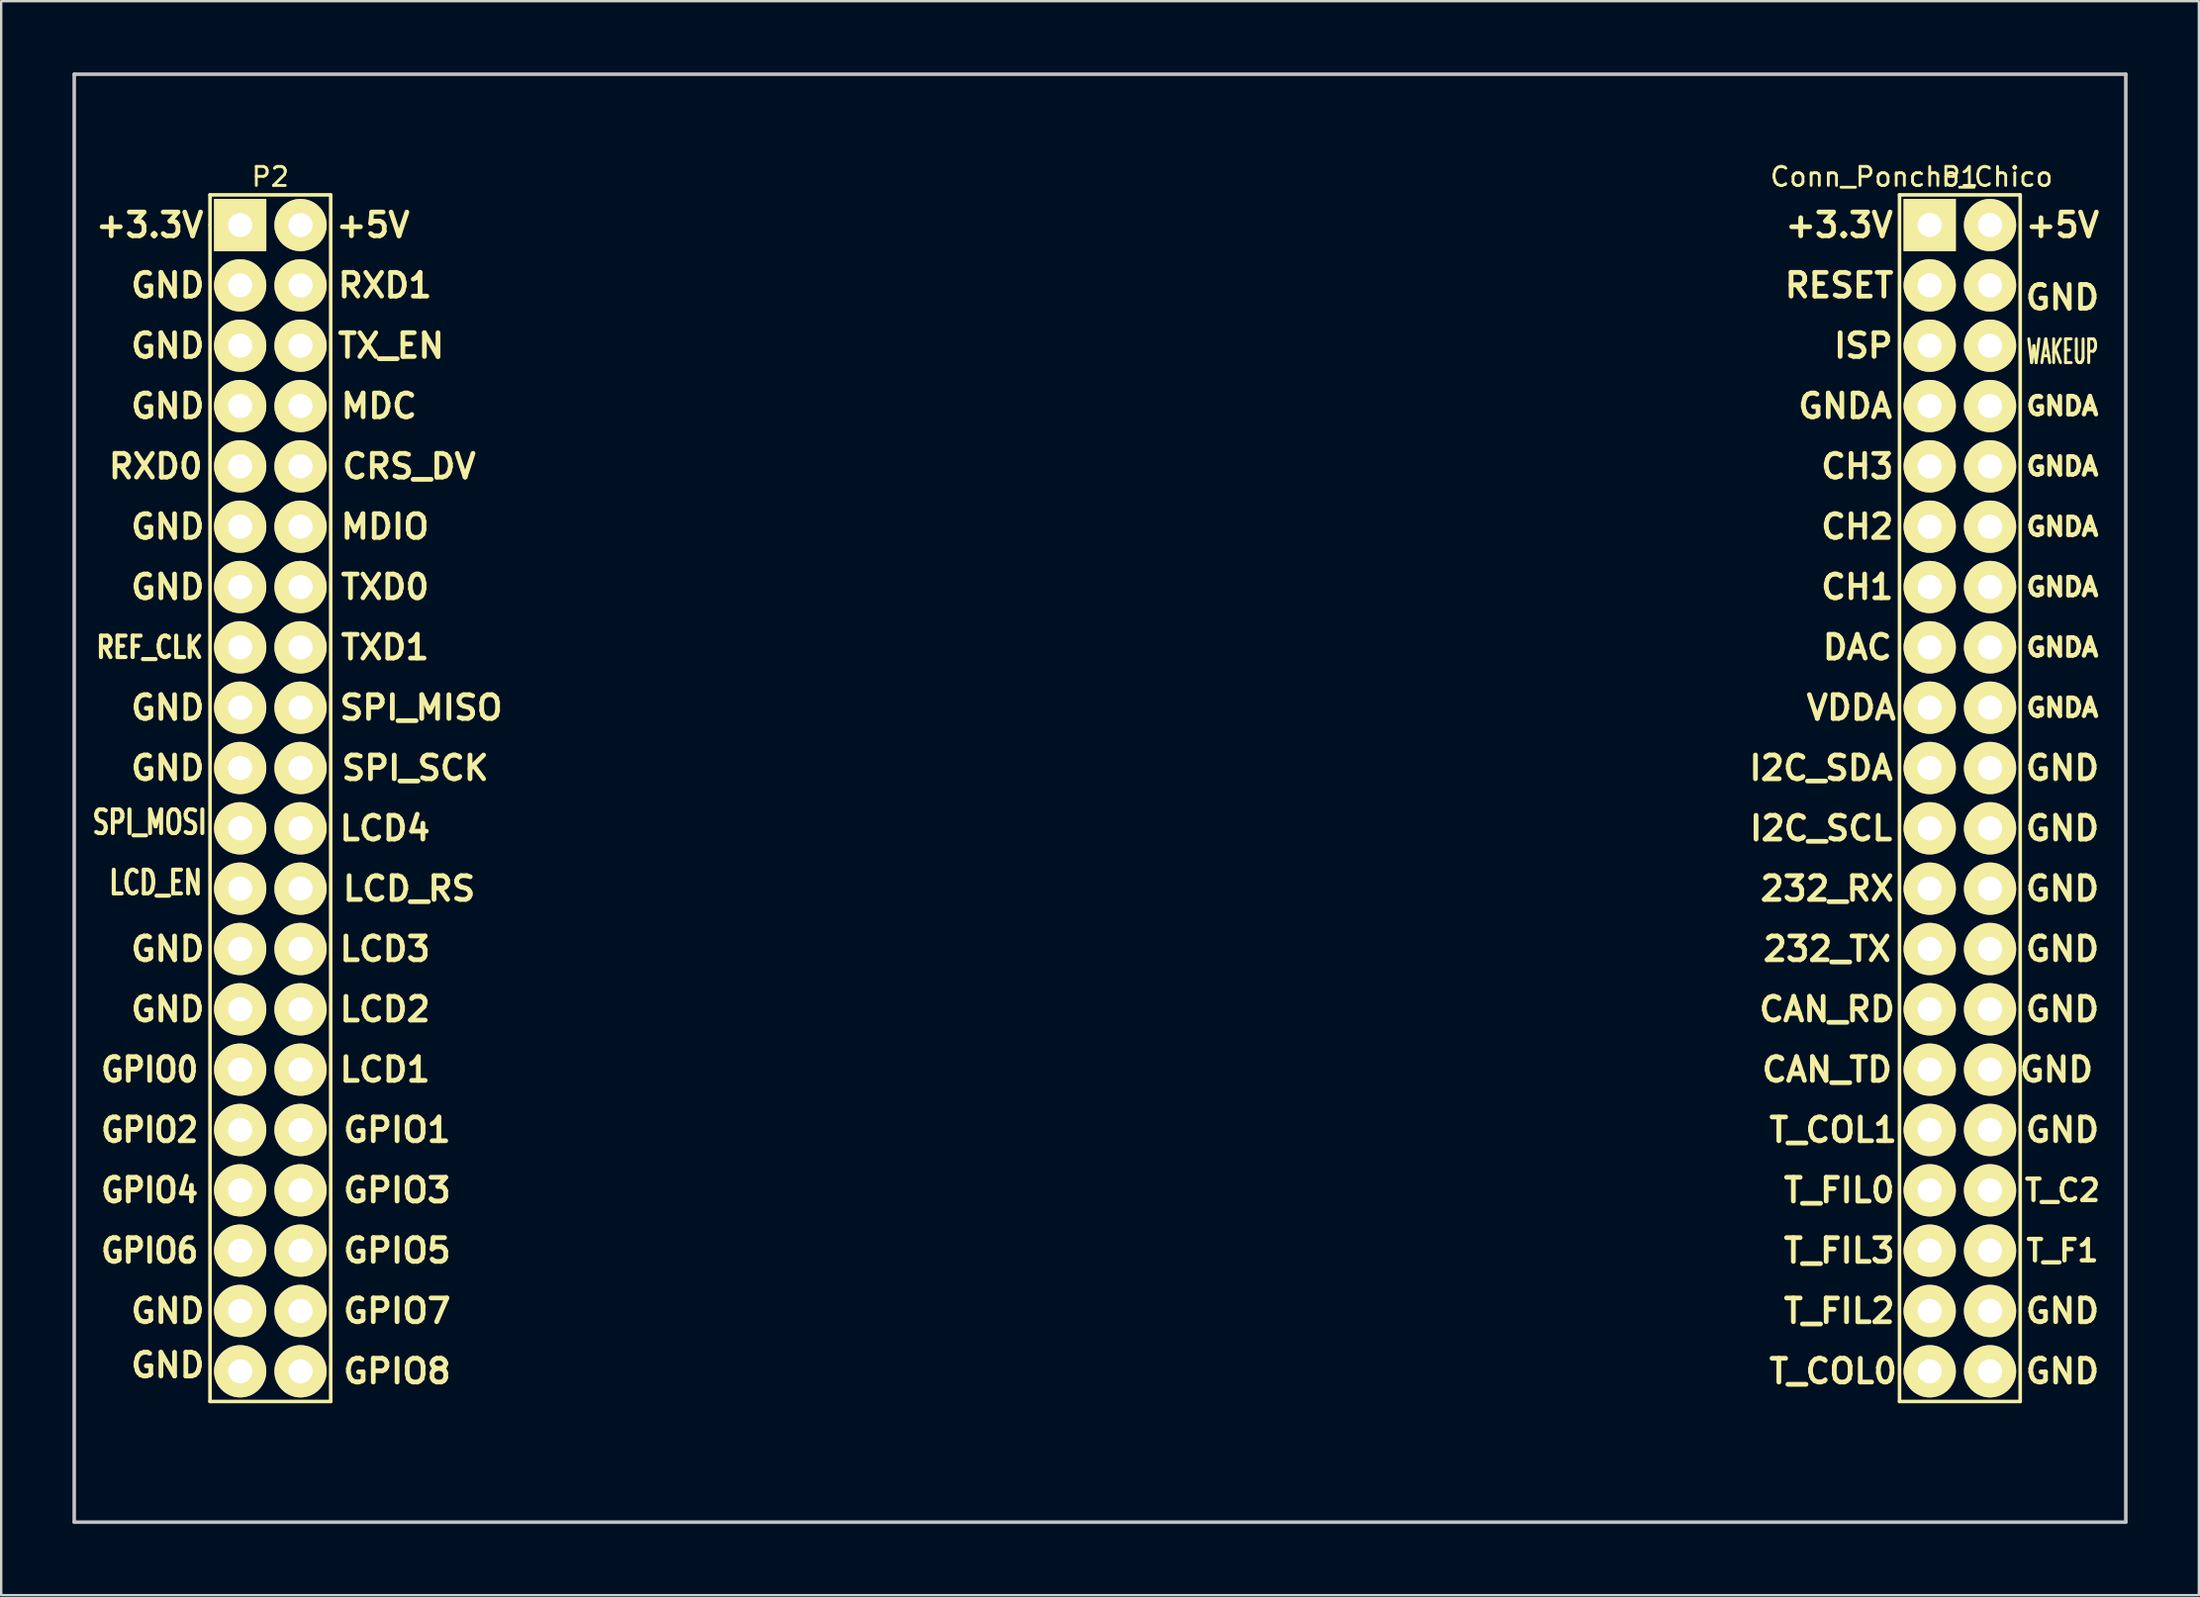
<source format=kicad_pcb>
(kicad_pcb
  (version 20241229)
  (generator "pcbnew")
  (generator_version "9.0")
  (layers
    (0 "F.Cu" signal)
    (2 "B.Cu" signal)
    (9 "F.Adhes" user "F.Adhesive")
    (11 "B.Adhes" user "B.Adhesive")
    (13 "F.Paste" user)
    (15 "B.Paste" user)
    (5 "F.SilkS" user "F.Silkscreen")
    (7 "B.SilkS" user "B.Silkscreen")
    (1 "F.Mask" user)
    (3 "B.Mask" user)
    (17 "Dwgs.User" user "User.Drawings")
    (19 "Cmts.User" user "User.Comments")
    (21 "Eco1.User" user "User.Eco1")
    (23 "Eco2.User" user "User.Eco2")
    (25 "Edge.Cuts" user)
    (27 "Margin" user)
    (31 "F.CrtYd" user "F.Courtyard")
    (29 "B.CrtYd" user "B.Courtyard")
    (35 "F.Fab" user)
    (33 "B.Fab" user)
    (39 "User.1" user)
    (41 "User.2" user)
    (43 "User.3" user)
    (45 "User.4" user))
  (footprint "Conn_Poncho_Chico"
    (layer "F.Cu")
    (at 78.18 6.425)
    (property "Reference" "Conn_Poncho_Chico" (at -0.762 -2.032 0) (layer "F.SilkS") (effects (font (size 0.8 0.8) (thickness 0.12))))
    (attr through_hole)
    (fp_line (start -72.39 -1.27) (end -67.31 -1.27) (stroke (width 0.15) (type solid)) (layer "F.SilkS"))
    (fp_line (start -72.39 0) (end -72.39 -1.27) (stroke (width 0.15) (type solid)) (layer "F.SilkS"))
    (fp_line (start -72.39 49.53) (end -72.39 0) (stroke (width 0.15) (type solid)) (layer "F.SilkS"))
    (fp_line (start -67.31 -1.27) (end -67.31 49.53) (stroke (width 0.15) (type solid)) (layer "F.SilkS"))
    (fp_line (start -67.31 49.53) (end -72.39 49.53) (stroke (width 0.15) (type solid)) (layer "F.SilkS"))
    (fp_line (start -1.27 49.53) (end -1.27 -1.27) (stroke (width 0.15) (type solid)) (layer "F.SilkS"))
    (fp_line (start 3.81 -1.27) (end -1.27 -1.27) (stroke (width 0.15) (type solid)) (layer "F.SilkS"))
    (fp_line (start 3.81 49.53) (end -1.27 49.53) (stroke (width 0.15) (type solid)) (layer "F.SilkS"))
    (fp_line (start 3.81 49.53) (end 3.81 -1.27) (stroke (width 0.15) (type solid)) (layer "F.SilkS"))
    (fp_line (start -78.105 54.61) (end -78.105 -6.35) (stroke (width 0.15) (type solid)) (layer "Dwgs.User"))
    (fp_line (start 8.255 -6.35) (end -78.105 -6.35) (stroke (width 0.15) (type solid)) (layer "Dwgs.User"))
    (fp_line (start 8.255 54.61) (end -78.105 54.61) (stroke (width 0.15) (type solid)) (layer "Dwgs.User"))
    (fp_line (start 8.255 54.61) (end 8.255 -6.35) (stroke (width 0.15) (type solid)) (layer "Dwgs.User"))
    (fp_text user "GND" (at -74.168 5.08 0) (layer "F.SilkS") (effects (font (size 1 1) (thickness 0.2))))
    (fp_text user "T_FIL2" (at -3.81 45.72 0) (layer "F.SilkS") (effects (font (size 1 1) (thickness 0.2))))
    (fp_text user "GPIO6" (at -74.93 43.18 0) (layer "F.SilkS") (effects (font (size 1 0.9) (thickness 0.2))))
    (fp_text user "GNDA" (at 5.588 17.78 0) (layer "F.SilkS") (effects (font (size 0.76 0.76) (thickness 0.19))))
    (fp_text user "GND" (at -74.168 48.006 0) (layer "F.SilkS") (effects (font (size 1 1) (thickness 0.2))))
    (fp_text user "GND" (at -74.168 45.72 0) (layer "F.SilkS") (effects (font (size 1 1) (thickness 0.2))))
    (fp_text user "GND" (at -74.168 30.48 0) (layer "F.SilkS") (effects (font (size 1 1) (thickness 0.2))))
    (fp_text user "GPIO4" (at -74.93 40.64 0) (layer "F.SilkS") (effects (font (size 1 0.9) (thickness 0.2))))
    (fp_text user "GND" (at -74.168 20.32 0) (layer "F.SilkS") (effects (font (size 1 1) (thickness 0.2))))
    (fp_text user "MDC" (at -65.278 7.62 0) (layer "F.SilkS") (effects (font (size 1 1) (thickness 0.2))))
    (fp_text user "ISP" (at -2.794 5.08 0) (layer "F.SilkS") (effects (font (size 1 1) (thickness 0.2))))
    (fp_text user "GND" (at -74.168 7.62 0) (layer "F.SilkS") (effects (font (size 1 1) (thickness 0.2))))
    (fp_text user "GND" (at 5.588 48.26 0) (layer "F.SilkS") (effects (font (size 1 1) (thickness 0.2))))
    (fp_text user "GND" (at 5.588 27.94 0) (layer "F.SilkS") (effects (font (size 1 1) (thickness 0.2))))
    (fp_text user "LCD_EN" (at -74.676 27.686 0) (layer "F.SilkS") (effects (font (size 1 0.7) (thickness 0.17))))
    (fp_text user "GND" (at 5.588 30.48 0) (layer "F.SilkS") (effects (font (size 1 1) (thickness 0.2))))
    (fp_text user "I2C_SCL" (at -4.572 25.4 0) (layer "F.SilkS") (effects (font (size 1 1) (thickness 0.2))))
    (fp_text user "T_FIL0" (at -3.81 40.64 0) (layer "F.SilkS") (effects (font (size 1 1) (thickness 0.2))))
    (fp_text user "REF_CLK" (at -74.93 17.78 0) (layer "F.SilkS") (effects (font (size 0.9 0.7) (thickness 0.175))))
    (fp_text user "CRS_DV" (at -64.008 10.16 0) (layer "F.SilkS") (effects (font (size 1 1) (thickness 0.2))))
    (fp_text user "P2" (at -69.85 -2.032 0) (layer "F.SilkS") (effects (font (size 0.8 0.8) (thickness 0.12))))
    (fp_text user "TXD1" (at -65.024 17.78 0) (layer "F.SilkS") (effects (font (size 1 1) (thickness 0.2))))
    (fp_text user "GNDA" (at -3.556 7.62 0) (layer "F.SilkS") (effects (font (size 1 1) (thickness 0.2))))
    (fp_text user "GPIO0" (at -74.93 35.56 0) (layer "F.SilkS") (effects (font (size 1 0.9) (thickness 0.2))))
    (fp_text user "SPI_MOSI" (at -74.93 25.146 0) (layer "F.SilkS") (effects (font (size 1 0.7) (thickness 0.17))))
    (fp_text user "T_FIL3" (at -3.81 43.18 0) (layer "F.SilkS") (effects (font (size 1 1) (thickness 0.2))))
    (fp_text user "+5V" (at 5.588 0 0) (layer "F.SilkS") (effects (font (size 1 1) (thickness 0.2))))
    (fp_text user "WAKEUP" (at 5.588 5.334 0) (layer "F.SilkS") (effects (font (size 1 0.5) (thickness 0.125))))
    (fp_text user "GPIO2" (at -74.93 38.1 0) (layer "F.SilkS") (effects (font (size 1 0.9) (thickness 0.2))))
    (fp_text user "TX_EN" (at -64.77 5.08 0) (layer "F.SilkS") (effects (font (size 1 1) (thickness 0.2))))
    (fp_text user "GPIO1" (at -64.516 38.1 0) (layer "F.SilkS") (effects (font (size 1 1) (thickness 0.2))))
    (fp_text user "CH3" (at -3.048 10.16 0) (layer "F.SilkS") (effects (font (size 1 1) (thickness 0.2))))
    (fp_text user "DAC" (at -3.048 17.78 0) (layer "F.SilkS") (effects (font (size 1 1) (thickness 0.2))))
    (fp_text user "LCD_RS" (at -64.008 27.94 0) (layer "F.SilkS") (effects (font (size 1 1) (thickness 0.2))))
    (fp_text user "CAN_RD" (at -4.318 33.02 0) (layer "F.SilkS") (effects (font (size 1 1) (thickness 0.2))))
    (fp_text user "GPIO7" (at -64.516 45.72 0) (layer "F.SilkS") (effects (font (size 1 1) (thickness 0.2))))
    (fp_text user "GND" (at 5.588 3.048 0) (layer "F.SilkS") (effects (font (size 1 1) (thickness 0.2))))
    (fp_text user "232_RX" (at -4.318 27.94 0) (layer "F.SilkS") (effects (font (size 1 1) (thickness 0.2))))
    (fp_text user "T_F1" (at 5.588 43.18 0) (layer "F.SilkS") (effects (font (size 0.9 0.9) (thickness 0.18))))
    (fp_text user "+3.3V" (at -3.81 0 0) (layer "F.SilkS") (effects (font (size 1 1) (thickness 0.2))))
    (fp_text user "CAN_TD" (at -4.318 35.56 0) (layer "F.SilkS") (effects (font (size 1 1) (thickness 0.2))))
    (fp_text user "RXD1" (at -65.024 2.54 0) (layer "F.SilkS") (effects (font (size 1 1) (thickness 0.2))))
    (fp_text user "CH1" (at -3.048 15.24 0) (layer "F.SilkS") (effects (font (size 1 1) (thickness 0.2))))
    (fp_text user "GND" (at -74.168 15.24 0) (layer "F.SilkS") (effects (font (size 1 1) (thickness 0.2))))
    (fp_text user "GPIO3" (at -64.516 40.64 0) (layer "F.SilkS") (effects (font (size 1 1) (thickness 0.2))))
    (fp_text user "TXD0" (at -65.024 15.24 0) (layer "F.SilkS") (effects (font (size 1 1) (thickness 0.2))))
    (fp_text user "SPI_MISO" (at -63.5 20.32 0) (layer "F.SilkS") (effects (font (size 1 1) (thickness 0.2))))
    (fp_text user "GNDA" (at 5.588 10.16 0) (layer "F.SilkS") (effects (font (size 0.76 0.76) (thickness 0.19))))
    (fp_text user "LCD3" (at -65.024 30.48 0) (layer "F.SilkS") (effects (font (size 1 1) (thickness 0.2))))
    (fp_text user "LCD4" (at -65.024 25.4 0) (layer "F.SilkS") (effects (font (size 1 1) (thickness 0.2))))
    (fp_text user "GPIO5" (at -64.516 43.18 0) (layer "F.SilkS") (effects (font (size 1 1) (thickness 0.2))))
    (fp_text user "+5V" (at -65.532 0 0) (layer "F.SilkS") (effects (font (size 1 1) (thickness 0.2))))
    (fp_text user "VDDA" (at -3.302 20.32 0) (layer "F.SilkS") (effects (font (size 1 1) (thickness 0.2))))
    (fp_text user "T_COL0" (at -4.064 48.26 0) (layer "F.SilkS") (effects (font (size 1 1) (thickness 0.2))))
    (fp_text user "I2C_SDA" (at -4.572 22.86 0) (layer "F.SilkS") (effects (font (size 1 1) (thickness 0.2))))
    (fp_text user "GND" (at 5.334 35.56 0) (layer "F.SilkS") (effects (font (size 1 1) (thickness 0.2))))
    (fp_text user "GPIO8" (at -64.516 48.26 0) (layer "F.SilkS") (effects (font (size 1 1) (thickness 0.2))))
    (fp_text user "MDIO" (at -65.024 12.7 0) (layer "F.SilkS") (effects (font (size 1 1) (thickness 0.2))))
    (fp_text user "GNDA" (at 5.588 20.32 0) (layer "F.SilkS") (effects (font (size 0.76 0.76) (thickness 0.19))))
    (fp_text user "GND" (at 5.588 25.4 0) (layer "F.SilkS") (effects (font (size 1 1) (thickness 0.2))))
    (fp_text user "GNDA" (at 5.588 7.62 0) (layer "F.SilkS") (effects (font (size 0.76 0.76) (thickness 0.19))))
    (fp_text user "P1" (at 1.27 -2.032 0) (layer "F.SilkS") (effects (font (size 0.8 0.8) (thickness 0.12))))
    (fp_text user "GNDA" (at 5.588 15.24 0) (layer "F.SilkS") (effects (font (size 0.76 0.76) (thickness 0.19))))
    (fp_text user "GND" (at -74.168 22.86 0) (layer "F.SilkS") (effects (font (size 1 1) (thickness 0.2))))
    (fp_text user "GND" (at 5.588 33.02 0) (layer "F.SilkS") (effects (font (size 1 1) (thickness 0.2))))
    (fp_text user "GND" (at 5.588 38.1 0) (layer "F.SilkS") (effects (font (size 1 1) (thickness 0.2))))
    (fp_text user "GNDA" (at 5.588 12.7 0) (layer "F.SilkS") (effects (font (size 0.76 0.76) (thickness 0.19))))
    (fp_text user "SPI_SCK" (at -63.754 22.86 0) (layer "F.SilkS") (effects (font (size 1 1) (thickness 0.2))))
    (fp_text user "T_COL1" (at -4.064 38.1 0) (layer "F.SilkS") (effects (font (size 1 1) (thickness 0.2))))
    (fp_text user "LCD1" (at -65.024 35.56 0) (layer "F.SilkS") (effects (font (size 1 1) (thickness 0.2))))
    (fp_text user "GND" (at 5.588 22.86 0) (layer "F.SilkS") (effects (font (size 1 1) (thickness 0.2))))
    (fp_text user "RESET" (at -3.81 2.54 0) (layer "F.SilkS") (effects (font (size 1 1) (thickness 0.2))))
    (fp_text user "GND" (at -74.168 12.7 0) (layer "F.SilkS") (effects (font (size 1 1) (thickness 0.2))))
    (fp_text user "232_TX" (at -4.318 30.48 0) (layer "F.SilkS") (effects (font (size 1 1) (thickness 0.2))))
    (fp_text user "+3.3V" (at -74.93 0 0) (layer "F.SilkS") (effects (font (size 1 1) (thickness 0.2))))
    (fp_text user "GND" (at -74.168 2.54 0) (layer "F.SilkS") (effects (font (size 1 1) (thickness 0.2))))
    (fp_text user "T_C2" (at 5.588 40.64 0) (layer "F.SilkS") (effects (font (size 0.9 0.9) (thickness 0.18))))
    (fp_text user "GND" (at -74.168 33.02 0) (layer "F.SilkS") (effects (font (size 1 1) (thickness 0.2))))
    (fp_text user "RXD0" (at -74.676 10.16 0) (layer "F.SilkS") (effects (font (size 1 1) (thickness 0.2))))
    (fp_text user "GND" (at 5.588 45.72 0) (layer "F.SilkS") (effects (font (size 1 1) (thickness 0.2))))
    (fp_text user "LCD2" (at -65.024 33.02 0) (layer "F.SilkS") (effects (font (size 1 1) (thickness 0.2))))
    (fp_text user "CH2" (at -3.048 12.7 0) (layer "F.SilkS") (effects (font (size 1 1) (thickness 0.2))))
    (pad "1" thru_hole rect (at 0 0) (size 2.2 2.2) (drill 1.016) (layers "*.Cu" "*.Mask" "F.SilkS"))
    (pad "2" thru_hole oval (at 2.54 0) (size 2.2 2.2) (drill 1.016) (layers "*.Cu" "*.Mask" "F.SilkS"))
    (pad "3" thru_hole oval (at 0 2.54) (size 2.2 2.2) (drill 1.016) (layers "*.Cu" "*.Mask" "F.SilkS"))
    (pad "4" thru_hole oval (at 2.54 2.54) (size 2.2 2.2) (drill 1.016) (layers "*.Cu" "*.Mask" "F.SilkS"))
    (pad "5" thru_hole oval (at 0 5.08) (size 2.2 2.2) (drill 1.016) (layers "*.Cu" "*.Mask" "F.SilkS"))
    (pad "6" thru_hole oval (at 2.54 5.08) (size 2.2 2.2) (drill 1.016) (layers "*.Cu" "*.Mask" "F.SilkS"))
    (pad "7" thru_hole oval (at 0 7.62) (size 2.2 2.2) (drill 1.016) (layers "*.Cu" "*.Mask" "F.SilkS"))
    (pad "8" thru_hole oval (at 2.54 7.62) (size 2.2 2.2) (drill 1.016) (layers "*.Cu" "*.Mask" "F.SilkS"))
    (pad "9" thru_hole oval (at 0 10.16) (size 2.2 2.2) (drill 1.016) (layers "*.Cu" "*.Mask" "F.SilkS"))
    (pad "10" thru_hole oval (at 2.54 10.16) (size 2.2 2.2) (drill 1.016) (layers "*.Cu" "*.Mask" "F.SilkS"))
    (pad "11" thru_hole oval (at 0 12.7) (size 2.2 2.2) (drill 1.016) (layers "*.Cu" "*.Mask" "F.SilkS"))
    (pad "12" thru_hole oval (at 2.54 12.7) (size 2.2 2.2) (drill 1.016) (layers "*.Cu" "*.Mask" "F.SilkS"))
    (pad "13" thru_hole oval (at 0 15.24) (size 2.2 2.2) (drill 1.016) (layers "*.Cu" "*.Mask" "F.SilkS"))
    (pad "14" thru_hole oval (at 2.54 15.24) (size 2.2 2.2) (drill 1.016) (layers "*.Cu" "*.Mask" "F.SilkS"))
    (pad "15" thru_hole oval (at 0 17.78) (size 2.2 2.2) (drill 1.016) (layers "*.Cu" "*.Mask" "F.SilkS"))
    (pad "16" thru_hole oval (at 2.54 17.78) (size 2.2 2.2) (drill 1.016) (layers "*.Cu" "*.Mask" "F.SilkS"))
    (pad "17" thru_hole oval (at 0 20.32) (size 2.2 2.2) (drill 1.016) (layers "*.Cu" "*.Mask" "F.SilkS"))
    (pad "18" thru_hole oval (at 2.54 20.32) (size 2.2 2.2) (drill 1.016) (layers "*.Cu" "*.Mask" "F.SilkS"))
    (pad "19" thru_hole oval (at 0 22.86) (size 2.2 2.2) (drill 1.016) (layers "*.Cu" "*.Mask" "F.SilkS"))
    (pad "20" thru_hole oval (at 2.54 22.86) (size 2.2 2.2) (drill 1.016) (layers "*.Cu" "*.Mask" "F.SilkS"))
    (pad "21" thru_hole oval (at 0 25.4) (size 2.2 2.2) (drill 1.016) (layers "*.Cu" "*.Mask" "F.SilkS"))
    (pad "22" thru_hole oval (at 2.54 25.4) (size 2.2 2.2) (drill 1.016) (layers "*.Cu" "*.Mask" "F.SilkS"))
    (pad "23" thru_hole oval (at 0 27.94) (size 2.2 2.2) (drill 1.016) (layers "*.Cu" "*.Mask" "F.SilkS"))
    (pad "24" thru_hole oval (at 2.54 27.94) (size 2.2 2.2) (drill 1.016) (layers "*.Cu" "*.Mask" "F.SilkS"))
    (pad "25" thru_hole oval (at 0 30.48) (size 2.2 2.2) (drill 1.016) (layers "*.Cu" "*.Mask" "F.SilkS"))
    (pad "26" thru_hole oval (at 2.54 30.48) (size 2.2 2.2) (drill 1.016) (layers "*.Cu" "*.Mask" "F.SilkS"))
    (pad "27" thru_hole oval (at 0 33.02) (size 2.2 2.2) (drill 1.016) (layers "*.Cu" "*.Mask" "F.SilkS"))
    (pad "28" thru_hole oval (at 2.54 33.02) (size 2.2 2.2) (drill 1.016) (layers "*.Cu" "*.Mask" "F.SilkS"))
    (pad "29" thru_hole oval (at 0 35.56) (size 2.2 2.2) (drill 1.016) (layers "*.Cu" "*.Mask" "F.SilkS"))
    (pad "30" thru_hole oval (at 2.54 35.56) (size 2.2 2.2) (drill 1.016) (layers "*.Cu" "*.Mask" "F.SilkS"))
    (pad "31" thru_hole oval (at 0 38.1) (size 2.2 2.2) (drill 1.016) (layers "*.Cu" "*.Mask" "F.SilkS"))
    (pad "32" thru_hole oval (at 2.54 38.1) (size 2.2 2.2) (drill 1.016) (layers "*.Cu" "*.Mask" "F.SilkS"))
    (pad "33" thru_hole oval (at 0 40.64) (size 2.2 2.2) (drill 1.016) (layers "*.Cu" "*.Mask" "F.SilkS"))
    (pad "34" thru_hole oval (at 2.54 40.64) (size 2.2 2.2) (drill 1.016) (layers "*.Cu" "*.Mask" "F.SilkS"))
    (pad "35" thru_hole oval (at 0 43.18) (size 2.2 2.2) (drill 1.016) (layers "*.Cu" "*.Mask" "F.SilkS"))
    (pad "36" thru_hole oval (at 2.54 43.18) (size 2.2 2.2) (drill 1.016) (layers "*.Cu" "*.Mask" "F.SilkS"))
    (pad "37" thru_hole oval (at 0 45.72) (size 2.2 2.2) (drill 1.016) (layers "*.Cu" "*.Mask" "F.SilkS"))
    (pad "38" thru_hole oval (at 2.54 45.72) (size 2.2 2.2) (drill 1.016) (layers "*.Cu" "*.Mask" "F.SilkS"))
    (pad "39" thru_hole oval (at 0 48.26) (size 2.2 2.2) (drill 1.016) (layers "*.Cu" "*.Mask" "F.SilkS"))
    (pad "40" thru_hole oval (at 2.54 48.26) (size 2.2 2.2) (drill 1.016) (layers "*.Cu" "*.Mask" "F.SilkS"))
    (pad "41" thru_hole rect (at -71.12 0) (size 2.2 2.2) (drill 1.016) (layers "*.Cu" "*.Mask" "F.SilkS"))
    (pad "42" thru_hole oval (at -68.58 0) (size 2.2 2.2) (drill 1.016) (layers "*.Cu" "*.Mask" "F.SilkS"))
    (pad "43" thru_hole oval (at -71.12 2.54) (size 2.2 2.2) (drill 1.016) (layers "*.Cu" "*.Mask" "F.SilkS"))
    (pad "44" thru_hole oval (at -68.58 2.54) (size 2.2 2.2) (drill 1.016) (layers "*.Cu" "*.Mask" "F.SilkS"))
    (pad "45" thru_hole oval (at -71.12 5.08) (size 2.2 2.2) (drill 1.016) (layers "*.Cu" "*.Mask" "F.SilkS"))
    (pad "46" thru_hole oval (at -68.58 5.08) (size 2.2 2.2) (drill 1.016) (layers "*.Cu" "*.Mask" "F.SilkS"))
    (pad "47" thru_hole oval (at -71.12 7.62) (size 2.2 2.2) (drill 1.016) (layers "*.Cu" "*.Mask" "F.SilkS"))
    (pad "48" thru_hole oval (at -68.58 7.62) (size 2.2 2.2) (drill 1.016) (layers "*.Cu" "*.Mask" "F.SilkS"))
    (pad "49" thru_hole oval (at -71.12 10.16) (size 2.2 2.2) (drill 1.016) (layers "*.Cu" "*.Mask" "F.SilkS"))
    (pad "50" thru_hole oval (at -68.58 10.16) (size 2.2 2.2) (drill 1.016) (layers "*.Cu" "*.Mask" "F.SilkS"))
    (pad "51" thru_hole oval (at -71.12 12.7) (size 2.2 2.2) (drill 1.016) (layers "*.Cu" "*.Mask" "F.SilkS"))
    (pad "52" thru_hole oval (at -68.58 12.7) (size 2.2 2.2) (drill 1.016) (layers "*.Cu" "*.Mask" "F.SilkS"))
    (pad "53" thru_hole oval (at -71.12 15.24) (size 2.2 2.2) (drill 1.016) (layers "*.Cu" "*.Mask" "F.SilkS"))
    (pad "54" thru_hole oval (at -68.58 15.24) (size 2.2 2.2) (drill 1.016) (layers "*.Cu" "*.Mask" "F.SilkS"))
    (pad "55" thru_hole oval (at -71.12 17.78) (size 2.2 2.2) (drill 1.016) (layers "*.Cu" "*.Mask" "F.SilkS"))
    (pad "56" thru_hole oval (at -68.58 17.78) (size 2.2 2.2) (drill 1.016) (layers "*.Cu" "*.Mask" "F.SilkS"))
    (pad "57" thru_hole oval (at -71.12 20.32) (size 2.2 2.2) (drill 1.016) (layers "*.Cu" "*.Mask" "F.SilkS"))
    (pad "58" thru_hole oval (at -68.58 20.32) (size 2.2 2.2) (drill 1.016) (layers "*.Cu" "*.Mask" "F.SilkS"))
    (pad "59" thru_hole oval (at -71.12 22.86) (size 2.2 2.2) (drill 1.016) (layers "*.Cu" "*.Mask" "F.SilkS"))
    (pad "60" thru_hole oval (at -68.58 22.86) (size 2.2 2.2) (drill 1.016) (layers "*.Cu" "*.Mask" "F.SilkS"))
    (pad "61" thru_hole oval (at -71.12 25.4) (size 2.2 2.2) (drill 1.016) (layers "*.Cu" "*.Mask" "F.SilkS"))
    (pad "62" thru_hole oval (at -68.58 25.4) (size 2.2 2.2) (drill 1.016) (layers "*.Cu" "*.Mask" "F.SilkS"))
    (pad "63" thru_hole oval (at -71.12 27.94) (size 2.2 2.2) (drill 1.016) (layers "*.Cu" "*.Mask" "F.SilkS"))
    (pad "64" thru_hole oval (at -68.58 27.94) (size 2.2 2.2) (drill 1.016) (layers "*.Cu" "*.Mask" "F.SilkS"))
    (pad "65" thru_hole oval (at -71.12 30.48) (size 2.2 2.2) (drill 1.016) (layers "*.Cu" "*.Mask" "F.SilkS"))
    (pad "66" thru_hole oval (at -68.58 30.48) (size 2.2 2.2) (drill 1.016) (layers "*.Cu" "*.Mask" "F.SilkS"))
    (pad "67" thru_hole oval (at -71.12 33.02) (size 2.2 2.2) (drill 1.016) (layers "*.Cu" "*.Mask" "F.SilkS"))
    (pad "68" thru_hole oval (at -68.58 33.02) (size 2.2 2.2) (drill 1.016) (layers "*.Cu" "*.Mask" "F.SilkS"))
    (pad "69" thru_hole oval (at -71.12 35.56) (size 2.2 2.2) (drill 1.016) (layers "*.Cu" "*.Mask" "F.SilkS"))
    (pad "70" thru_hole oval (at -68.58 35.56) (size 2.2 2.2) (drill 1.016) (layers "*.Cu" "*.Mask" "F.SilkS"))
    (pad "71" thru_hole oval (at -71.12 38.1) (size 2.2 2.2) (drill 1.016) (layers "*.Cu" "*.Mask" "F.SilkS"))
    (pad "72" thru_hole oval (at -68.58 38.1) (size 2.2 2.2) (drill 1.016) (layers "*.Cu" "*.Mask" "F.SilkS"))
    (pad "73" thru_hole oval (at -71.12 40.64) (size 2.2 2.2) (drill 1.016) (layers "*.Cu" "*.Mask" "F.SilkS"))
    (pad "74" thru_hole oval (at -68.58 40.64) (size 2.2 2.2) (drill 1.016) (layers "*.Cu" "*.Mask" "F.SilkS"))
    (pad "75" thru_hole oval (at -71.12 43.18) (size 2.2 2.2) (drill 1.016) (layers "*.Cu" "*.Mask" "F.SilkS"))
    (pad "76" thru_hole oval (at -68.58 43.18) (size 2.2 2.2) (drill 1.016) (layers "*.Cu" "*.Mask" "F.SilkS"))
    (pad "77" thru_hole oval (at -71.12 45.72) (size 2.2 2.2) (drill 1.016) (layers "*.Cu" "*.Mask" "F.SilkS"))
    (pad "78" thru_hole oval (at -68.58 45.72) (size 2.2 2.2) (drill 1.016) (layers "*.Cu" "*.Mask" "F.SilkS"))
    (pad "79" thru_hole oval (at -71.12 48.26) (size 2.2 2.2) (drill 1.016) (layers "*.Cu" "*.Mask" "F.SilkS"))
    (pad "80" thru_hole oval (at -68.58 48.26) (size 2.2 2.2) (drill 1.016) (layers "*.Cu" "*.Mask" "F.SilkS")))
  (gr_rect
    (start -3 -3)
    (end 89.51 64.11)
    (stroke (width 0.1) (type default))
    (fill no)
    (layer "Edge.Cuts")))
</source>
